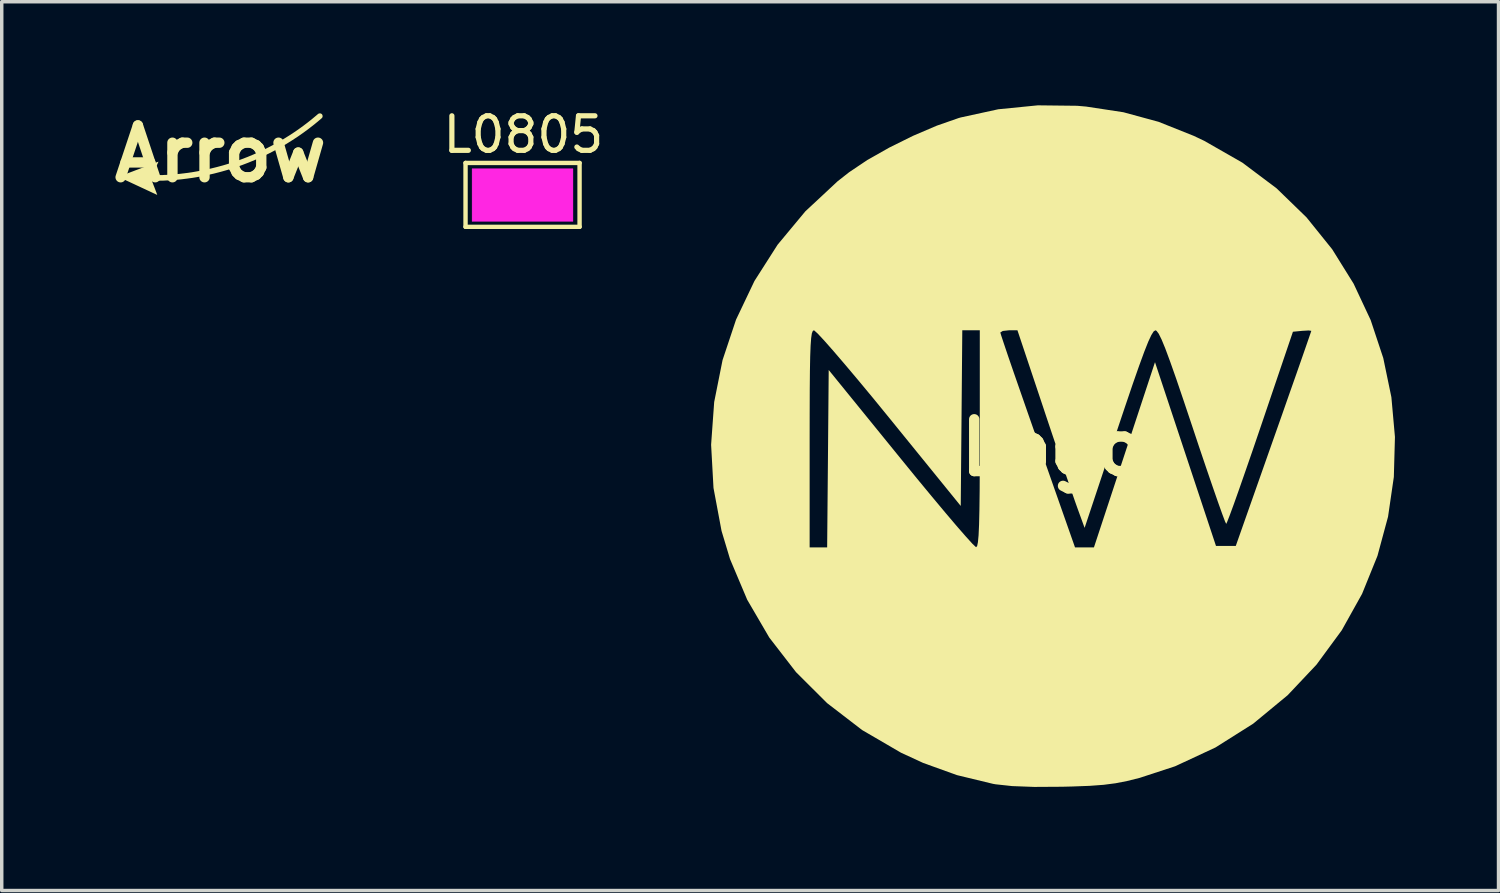
<source format=kicad_pcb>
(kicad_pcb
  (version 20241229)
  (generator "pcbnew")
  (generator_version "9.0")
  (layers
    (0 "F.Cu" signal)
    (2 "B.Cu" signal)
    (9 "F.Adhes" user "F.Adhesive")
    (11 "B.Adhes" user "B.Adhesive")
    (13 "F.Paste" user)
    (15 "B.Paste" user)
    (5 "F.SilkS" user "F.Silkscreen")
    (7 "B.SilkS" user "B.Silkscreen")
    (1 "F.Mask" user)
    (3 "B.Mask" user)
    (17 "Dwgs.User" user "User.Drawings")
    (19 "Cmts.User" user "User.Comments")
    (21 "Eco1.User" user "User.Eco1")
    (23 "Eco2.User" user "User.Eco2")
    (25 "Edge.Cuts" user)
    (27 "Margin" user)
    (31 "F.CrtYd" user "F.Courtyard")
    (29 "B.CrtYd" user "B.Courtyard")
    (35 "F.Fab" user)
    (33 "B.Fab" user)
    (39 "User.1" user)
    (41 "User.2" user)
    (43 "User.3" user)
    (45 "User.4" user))
  (footprint "L0805"
    (layer "F.Cu")
    (at 12.081 2.598)
    (property "Reference" "L0805" (at 0.025 -1.75 180) (layer "F.SilkS") (effects (font (size 1 1) (thickness 0.15))))
    (attr smd)
    (fp_line (start -1.651 -0.93) (end 1.651 -0.93) (stroke (width 0.127) (type solid)) (layer "F.SilkS"))
    (fp_line (start -1.651 0.92) (end -1.651 -0.93) (stroke (width 0.127) (type solid)) (layer "F.SilkS"))
    (fp_line (start 1.651 -0.93) (end 1.651 0.92) (stroke (width 0.127) (type solid)) (layer "F.SilkS"))
    (fp_line (start 1.651 0.92) (end -1.651 0.92) (stroke (width 0.127) (type solid)) (layer "F.SilkS"))
    (fp_poly (pts (xy -1.462 -0.762) (xy 1.46 -0.762) (xy 1.46 0.763) (xy -1.462 0.763)) (stroke (width 0.01) (type solid)) (fill yes) (layer "F.CrtYd"))
    (pad "1" smd roundrect (at -0.889 0) (size 1.016 1.397) (layers "F.Cu" "F.Mask" "F.Paste") (roundrect_rratio 0.125))
    (pad "2" smd roundrect (at 0.889 0) (size 1.016 1.397) (layers "F.Cu" "F.Mask" "F.Paste") (roundrect_rratio 0.125)))
  (footprint "Logo"
    (layer "F.Cu")
    (at 27.445 9.912)
    (property "Reference" "Logo" (at 0 0 0) (layer "F.SilkS") (effects (font (size 1.5 1.5) (thickness 0.3))))
    (attr board_only exclude_from_pos_files exclude_from_bom)
    (fp_poly (pts (xy 0.694 -9.899) (xy 0.956 -9.876) (xy 2.034 -9.712) (xy 3.052 -9.435) (xy 4.069 -9.029) (xy 4.375 -8.884) (xy 5.481 -8.251) (xy 6.469 -7.509) (xy 7.336 -6.668) (xy 8.08 -5.744) (xy 8.7 -4.748) (xy 9.194 -3.694) (xy 9.559 -2.594) (xy 9.794 -1.461) (xy 9.897 -0.309) (xy 9.865 0.849) (xy 9.697 2.001) (xy 9.391 3.133) (xy 8.945 4.234) (xy 8.357 5.288) (xy 7.624 6.285) (xy 6.791 7.168) (xy 5.792 7.993) (xy 4.7 8.682) (xy 3.532 9.226) (xy 2.506 9.562) (xy 2.141 9.653) (xy 1.808 9.718) (xy 1.461 9.763) (xy 1.055 9.793) (xy 0.545 9.812) (xy 0.255 9.819) (xy -0.547 9.824) (xy -1.186 9.8) (xy -1.667 9.748) (xy -1.741 9.735) (xy -2.787 9.482) (xy -3.765 9.129) (xy -4.406 8.833) (xy -5.53 8.178) (xy -6.546 7.397) (xy -7.445 6.501) (xy -8.219 5.5) (xy -8.859 4.404) (xy -9.357 3.225) (xy -9.602 2.411) (xy -9.835 1.167) (xy -9.904 -0.082) (xy -9.892 -0.255) (xy -7.051 -0.255) (xy -7.051 2.888) (xy -6.797 2.888) (xy -6.544 2.888) (xy -6.521 0.32) (xy -6.499 -2.249) (xy -4.417 0.313) (xy -3.953 0.882) (xy -3.52 1.406) (xy -3.129 1.874) (xy -2.794 2.269) (xy -2.525 2.577) (xy -2.336 2.785) (xy -2.238 2.878) (xy -2.23 2.882) (xy -2.201 2.849) (xy -2.178 2.737) (xy -2.159 2.534) (xy -2.145 2.226) (xy -2.135 1.799) (xy -2.128 1.241) (xy -2.125 0.539) (xy -2.124 -0.255) (xy -2.124 -3.334) (xy -1.53 -3.334) (xy -1.503 -3.243) (xy -1.425 -3.008) (xy -1.304 -2.649) (xy -1.144 -2.184) (xy -0.951 -1.629) (xy -0.733 -1.003) (xy -0.495 -0.323) (xy -0.449 -0.191) (xy 0.633 2.888) (xy 0.907 2.888) (xy 1.181 2.888) (xy 2.065 0.207) (xy 2.949 -2.475) (xy 3.832 0.186) (xy 4.715 2.846) (xy 5.001 2.846) (xy 5.288 2.846) (xy 6.381 -0.255) (xy 6.624 -0.943) (xy 6.847 -1.58) (xy 7.047 -2.147) (xy 7.215 -2.628) (xy 7.346 -3.005) (xy 7.434 -3.26) (xy 7.474 -3.377) (xy 7.475 -3.382) (xy 7.402 -3.393) (xy 7.223 -3.383) (xy 7.209 -3.382) (xy 6.943 -3.356) (xy 5.999 -0.574) (xy 5.777 0.077) (xy 5.57 0.674) (xy 5.387 1.199) (xy 5.233 1.633) (xy 5.114 1.957) (xy 5.037 2.154) (xy 5.011 2.208) (xy 4.975 2.131) (xy 4.892 1.91) (xy 4.769 1.565) (xy 4.612 1.113) (xy 4.427 0.573) (xy 4.221 -0.036) (xy 4.035 -0.595) (xy 3.774 -1.374) (xy 3.56 -2.004) (xy 3.385 -2.499) (xy 3.247 -2.871) (xy 3.139 -3.133) (xy 3.056 -3.3) (xy 2.994 -3.382) (xy 2.961 -3.398) (xy 2.91 -3.365) (xy 2.843 -3.259) (xy 2.753 -3.066) (xy 2.637 -2.773) (xy 2.488 -2.366) (xy 2.302 -1.835) (xy 2.074 -1.164) (xy 1.864 -0.538) (xy 0.911 2.323) (xy 0.712 1.777) (xy 0.632 1.553) (xy 0.508 1.194) (xy 0.349 0.728) (xy 0.164 0.181) (xy -0.038 -0.419) (xy -0.248 -1.045) (xy -0.26 -1.083) (xy -1.034 -3.398) (xy -1.281 -3.398) (xy -1.458 -3.379) (xy -1.53 -3.334) (xy -2.124 -3.334) (xy -2.124 -3.398) (xy -2.377 -3.398) (xy -2.631 -3.398) (xy -2.653 -0.855) (xy -2.676 1.688) (xy -4.741 -0.855) (xy -5.203 -1.421) (xy -5.636 -1.943) (xy -6.027 -2.407) (xy -6.363 -2.799) (xy -6.632 -3.104) (xy -6.822 -3.307) (xy -6.92 -3.395) (xy -6.928 -3.398) (xy -6.96 -3.378) (xy -6.987 -3.308) (xy -7.007 -3.172) (xy -7.023 -2.956) (xy -7.035 -2.644) (xy -7.043 -2.22) (xy -7.048 -1.671) (xy -7.05 -0.98) (xy -7.051 -0.255) (xy -9.892 -0.255) (xy -9.815 -1.321) (xy -9.573 -2.534) (xy -9.182 -3.707) (xy -8.649 -4.826) (xy -7.979 -5.876) (xy -7.176 -6.842) (xy -6.245 -7.71) (xy -5.904 -7.978) (xy -5.379 -8.33) (xy -4.744 -8.689) (xy -4.055 -9.03) (xy -3.367 -9.324) (xy -2.736 -9.544) (xy -2.676 -9.561) (xy -1.589 -9.798) (xy -0.443 -9.912)) (stroke (width 0) (type solid)) (fill yes) (layer "F.SilkS")))
  (footprint "Arrow"
    (layer "F.Cu")
    (at 3.336 1.404)
    (property "Reference" "Arrow" (at 0 0 0) (layer "F.SilkS") (effects (font (size 1.5 1.5) (thickness 0.3))))
    (attr board_only exclude_from_pos_files exclude_from_bom)
    (fp_poly (pts (xy 2.898 -1.169) (xy 2.917 -1.161) (xy 2.933 -1.149) (xy 2.945 -1.133) (xy 2.953 -1.113) (xy 2.955 -1.091) (xy 2.955 -1.091) (xy 2.955 -1.079) (xy 2.953 -1.069) (xy 2.95 -1.059) (xy 2.945 -1.05) (xy 2.937 -1.04) (xy 2.926 -1.028) (xy 2.911 -1.015) (xy 2.892 -0.999) (xy 2.892 -0.998) (xy 2.734 -0.867) (xy 2.573 -0.741) (xy 2.409 -0.619) (xy 2.242 -0.502) (xy 2.071 -0.39) (xy 1.899 -0.282) (xy 1.724 -0.181) (xy 1.59 -0.107) (xy 1.4 -0.009) (xy 1.207 0.083) (xy 1.014 0.17) (xy 0.818 0.251) (xy 0.62 0.327) (xy 0.42 0.397) (xy 0.219 0.461) (xy 0.015 0.519) (xy -0.19 0.572) (xy -0.396 0.619) (xy -0.605 0.661) (xy -0.701 0.678) (xy -0.761 0.688) (xy -0.825 0.698) (xy -0.892 0.707) (xy -0.961 0.717) (xy -1.029 0.725) (xy -1.097 0.734) (xy -1.161 0.741) (xy -1.222 0.747) (xy -1.231 0.748) (xy -1.243 0.749) (xy -1.254 0.75) (xy -1.26 0.751) (xy -1.268 0.752) (xy -1.279 0.752) (xy -1.292 0.754) (xy -1.296 0.754) (xy -1.309 0.755) (xy -1.321 0.756) (xy -1.33 0.757) (xy -1.331 0.757) (xy -1.337 0.757) (xy -1.348 0.758) (xy -1.363 0.759) (xy -1.381 0.761) (xy -1.401 0.762) (xy -1.41 0.763) (xy -1.431 0.764) (xy -1.451 0.765) (xy -1.469 0.767) (xy -1.484 0.768) (xy -1.494 0.768) (xy -1.497 0.769) (xy -1.507 0.769) (xy -1.521 0.77) (xy -1.537 0.771) (xy -1.555 0.772) (xy -1.558 0.772) (xy -1.575 0.772) (xy -1.591 0.773) (xy -1.605 0.774) (xy -1.615 0.774) (xy -1.616 0.775) (xy -1.627 0.775) (xy -1.642 0.776) (xy -1.662 0.777) (xy -1.686 0.777) (xy -1.713 0.778) (xy -1.743 0.778) (xy -1.775 0.779) (xy -1.808 0.78) (xy -1.842 0.78) (xy -1.876 0.78) (xy -1.88 0.78) (xy -1.904 0.781) (xy -1.927 0.781) (xy -1.947 0.781) (xy -1.963 0.782) (xy -1.976 0.782) (xy -1.984 0.782) (xy -1.986 0.782) (xy -1.986 0.785) (xy -1.983 0.793) (xy -1.979 0.804) (xy -1.974 0.819) (xy -1.969 0.831) (xy -1.957 0.861) (xy -1.945 0.893) (xy -1.933 0.925) (xy -1.92 0.957) (xy -1.908 0.989) (xy -1.896 1.02) (xy -1.885 1.05) (xy -1.874 1.079) (xy -1.864 1.105) (xy -1.855 1.128) (xy -1.848 1.149) (xy -1.842 1.166) (xy -1.837 1.178) (xy -1.834 1.186) (xy -1.833 1.189) (xy -1.833 1.189) (xy -1.836 1.188) (xy -1.844 1.185) (xy -1.856 1.18) (xy -1.871 1.173) (xy -1.89 1.164) (xy -1.911 1.154) (xy -1.935 1.143) (xy -1.945 1.139) (xy -1.97 1.127) (xy -1.993 1.116) (xy -2.015 1.106) (xy -2.036 1.096) (xy -2.056 1.086) (xy -2.076 1.077) (xy -2.095 1.068) (xy -2.115 1.059) (xy -2.135 1.05) (xy -2.155 1.04) (xy -2.176 1.03) (xy -2.198 1.02) (xy -2.222 1.009) (xy -2.247 0.997) (xy -2.274 0.985) (xy -2.304 0.971) (xy -2.336 0.956) (xy -2.37 0.94) (xy -2.407 0.923) (xy -2.448 0.904) (xy -2.492 0.883) (xy -2.54 0.861) (xy -2.593 0.836) (xy -2.649 0.81) (xy -2.71 0.782) (xy -2.776 0.751) (xy -2.847 0.718) (xy -2.848 0.717) (xy -2.872 0.706) (xy -2.893 0.696) (xy -2.912 0.687) (xy -2.928 0.679) (xy -2.941 0.672) (xy -2.949 0.668) (xy -2.953 0.666) (xy -2.953 0.665) (xy -2.95 0.664) (xy -2.942 0.661) (xy -2.929 0.656) (xy -2.911 0.649) (xy -2.89 0.641) (xy -2.864 0.631) (xy -2.836 0.62) (xy -2.805 0.608) (xy -2.771 0.595) (xy -2.735 0.582) (xy -2.697 0.567) (xy -2.685 0.563) (xy -2.642 0.546) (xy -2.597 0.529) (xy -2.551 0.512) (xy -2.504 0.494) (xy -2.458 0.476) (xy -2.412 0.459) (xy -2.369 0.443) (xy -2.329 0.428) (xy -2.292 0.414) (xy -2.26 0.402) (xy -2.246 0.396) (xy -2.213 0.384) (xy -2.179 0.371) (xy -2.145 0.358) (xy -2.112 0.346) (xy -2.081 0.334) (xy -2.053 0.323) (xy -2.028 0.314) (xy -2.007 0.306) (xy -1.996 0.301) (xy -1.971 0.292) (xy -1.945 0.282) (xy -1.918 0.272) (xy -1.892 0.262) (xy -1.87 0.254) (xy -1.858 0.249) (xy -1.841 0.243) (xy -1.825 0.237) (xy -1.812 0.232) (xy -1.803 0.229) (xy -1.798 0.228) (xy -1.798 0.228) (xy -1.798 0.229) (xy -1.799 0.233) (xy -1.802 0.239) (xy -1.806 0.249) (xy -1.812 0.262) (xy -1.821 0.28) (xy -1.831 0.302) (xy -1.836 0.313) (xy -1.85 0.342) (xy -1.862 0.367) (xy -1.872 0.388) (xy -1.879 0.405) (xy -1.882 0.41) (xy -1.889 0.426) (xy -1.897 0.441) (xy -1.905 0.459) (xy -1.914 0.479) (xy -1.925 0.502) (xy -1.938 0.529) (xy -1.939 0.531) (xy -1.947 0.549) (xy -1.955 0.566) (xy -1.962 0.581) (xy -1.967 0.592) (xy -1.971 0.599) (xy -1.971 0.6) (xy -1.975 0.608) (xy -1.978 0.615) (xy -1.979 0.616) (xy -1.976 0.617) (xy -1.968 0.617) (xy -1.955 0.617) (xy -1.939 0.617) (xy -1.919 0.617) (xy -1.896 0.617) (xy -1.871 0.617) (xy -1.845 0.617) (xy -1.819 0.617) (xy -1.792 0.617) (xy -1.765 0.616) (xy -1.74 0.616) (xy -1.717 0.616) (xy -1.697 0.615) (xy -1.679 0.615) (xy -1.666 0.614) (xy -1.656 0.614) (xy -1.654 0.614) (xy -1.647 0.613) (xy -1.636 0.612) (xy -1.621 0.612) (xy -1.605 0.611) (xy -1.596 0.611) (xy -1.577 0.61) (xy -1.556 0.609) (xy -1.531 0.607) (xy -1.505 0.606) (xy -1.477 0.604) (xy -1.449 0.602) (xy -1.422 0.601) (xy -1.396 0.599) (xy -1.372 0.597) (xy -1.351 0.596) (xy -1.334 0.594) (xy -1.321 0.593) (xy -1.316 0.593) (xy -1.308 0.592) (xy -1.296 0.591) (xy -1.284 0.589) (xy -1.284 0.589) (xy -1.255 0.587) (xy -1.221 0.584) (xy -1.183 0.58) (xy -1.142 0.575) (xy -1.1 0.57) (xy -1.056 0.565) (xy -1.013 0.559) (xy -0.97 0.554) (xy -0.93 0.549) (xy -0.892 0.543) (xy -0.859 0.538) (xy -0.842 0.536) (xy -0.652 0.503) (xy -0.466 0.467) (xy -0.284 0.427) (xy -0.106 0.383) (xy 0.071 0.335) (xy 0.245 0.283) (xy 0.418 0.226) (xy 0.59 0.164) (xy 0.762 0.098) (xy 0.769 0.096) (xy 0.951 0.02) (xy 1.132 -0.062) (xy 1.311 -0.147) (xy 1.487 -0.238) (xy 1.66 -0.333) (xy 1.831 -0.432) (xy 1.998 -0.536) (xy 2.161 -0.643) (xy 2.32 -0.755) (xy 2.475 -0.87) (xy 2.626 -0.988) (xy 2.772 -1.11) (xy 2.79 -1.125) (xy 2.807 -1.14) (xy 2.822 -1.152) (xy 2.834 -1.16) (xy 2.845 -1.166) (xy 2.854 -1.169) (xy 2.865 -1.171) (xy 2.876 -1.171)) (stroke (width 0) (type solid)) (fill yes) (layer "F.SilkS")))
  (gr_rect
    (start -3 -3)
    (end 40.341 22.736)
    (stroke (width 0.1) (type default))
    (fill no)
    (layer "Edge.Cuts")))
</source>
